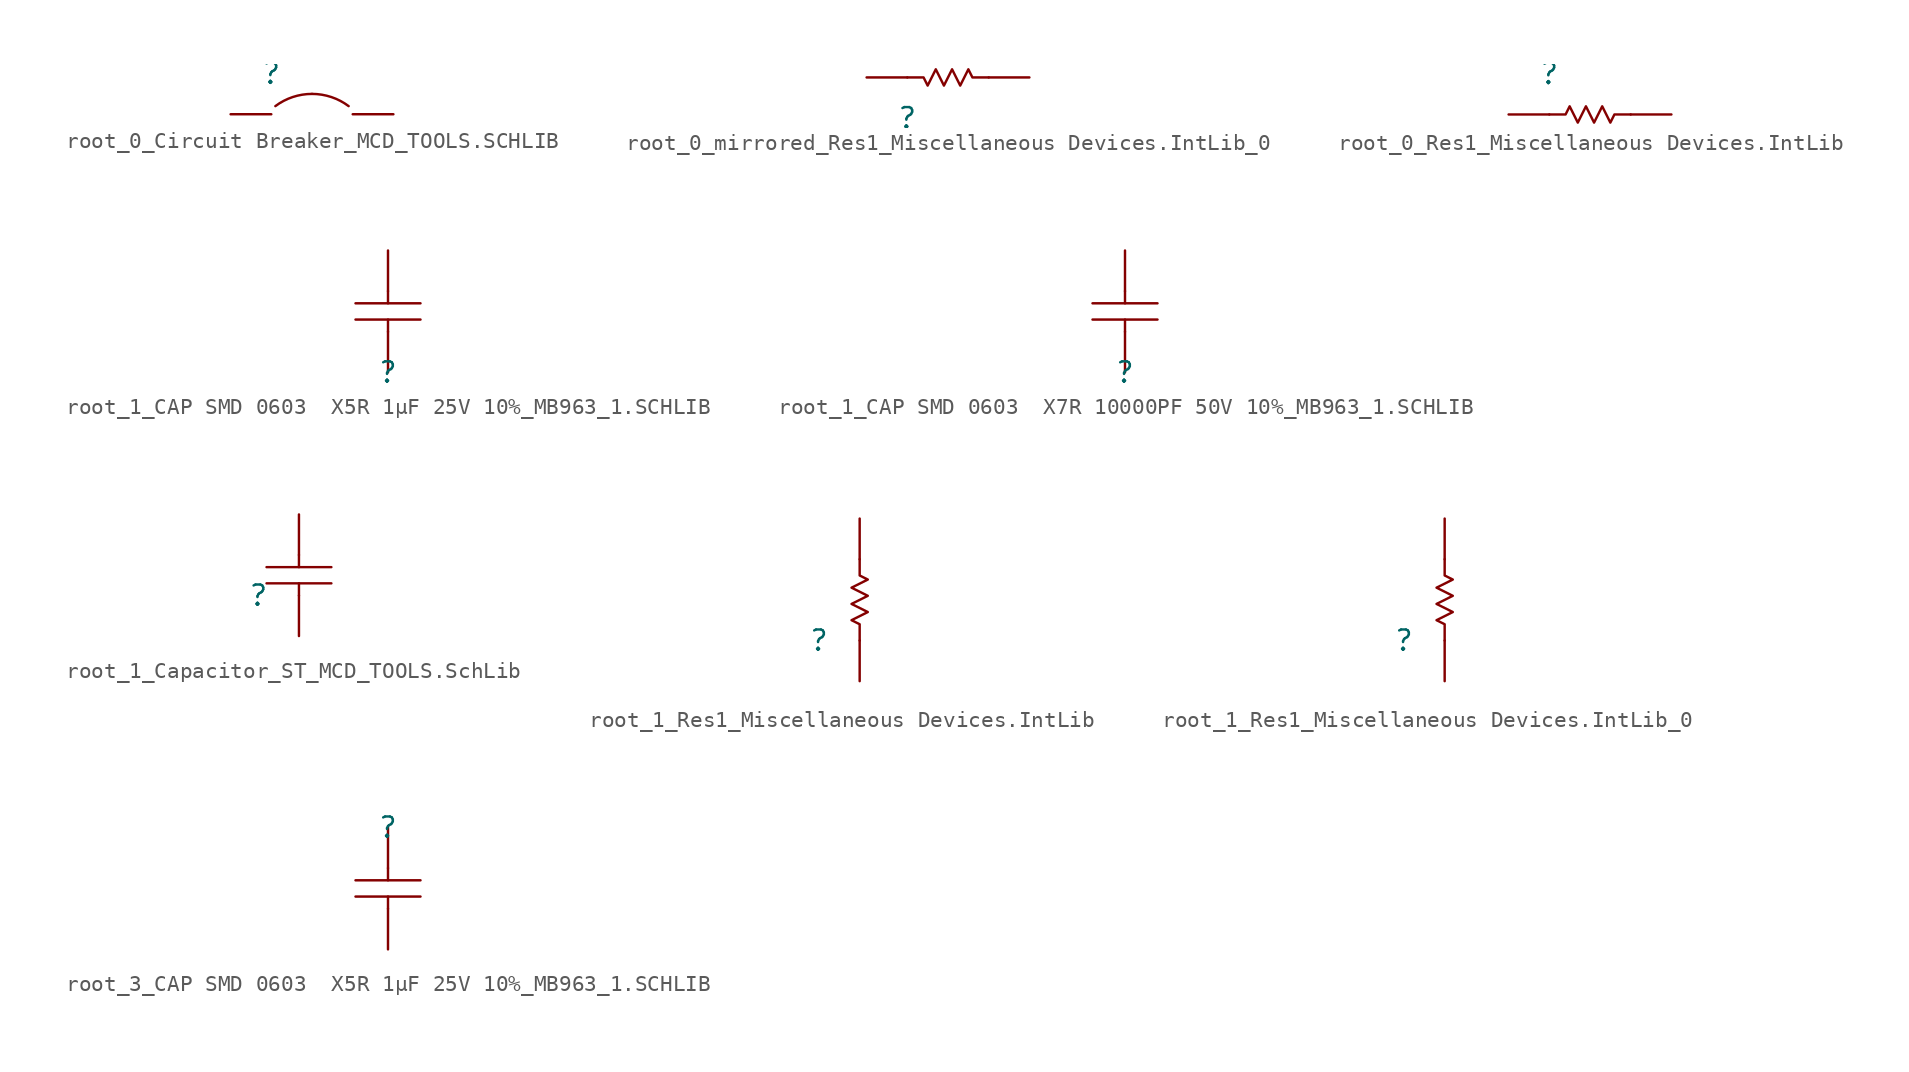
<source format=kicad_sym>
(kicad_symbol_lib
  (version 20241209)
  (generator "kicad_symbol_editor")
  (generator_version "9.0")
  (symbol "root_0_Circuit Breaker_MCD_TOOLS.SCHLIB"
    (pin_numbers
      (hide yes))
    (pin_names
      (hide yes))
    (property "Reference" ""
      (at 0 0 0)
      (effects (font (size 1.27 1.27))))
    (property "Value" ""
      (at 0 0 0)
      (effects (font (size 1.27 1.27))))
    (symbol "root_0_Circuit Breaker_MCD_TOOLS.SCHLIB_1_0"
      (arc (start 0.254 -2.032) (mid 1.3352 -1.4655) (end 2.54 -1.27) (stroke (width 0) (type solid)) (fill (type none)))
      (arc (start 2.54 -1.27) (mid 3.7448 -1.4655) (end 4.826 -2.032) (stroke (width 0) (type solid)) (fill (type none)))
      (pin passive line (at -2.54 -2.54 0) (length 2.54) (name "1" (effects (font (size 1.27 1.27)))) (number "1" (effects (font (size 1.27 1.27)))))
      (pin passive line (at 7.62 -2.54 180) (length 2.54) (name "2" (effects (font (size 1.27 1.27)))) (number "2" (effects (font (size 1.27 1.27)))))))
  (symbol "root_0_mirrored_Res1_Miscellaneous Devices.IntLib_0"
    (pin_numbers
      (hide yes))
    (pin_names
      (hide yes))
    (property "Reference" ""
      (at 0 0 0)
      (effects (font (size 1.27 1.27))))
    (property "Value" ""
      (at 0 0 0)
      (effects (font (size 1.27 1.27))))
    (symbol "root_0_mirrored_Res1_Miscellaneous Devices.IntLib_0_1_0"
      (polyline (pts (xy 5.08 2.54) (xy 4.064 2.54) (xy 3.81 3.048) (xy 3.302 2.032) (xy 2.794 3.048) (xy 2.286 2.032) (xy 1.778 3.048) (xy 1.27 2.032) (xy 1.016 2.54) (xy 0 2.54)) (stroke (width 0) (type solid)) (fill (type none)))
      (pin passive line (at -2.54 2.54 0) (length 2.54) (name "1" (effects (font (size 1.27 1.27)))) (number "1" (effects (font (size 1.27 1.27)))))
      (pin passive line (at 7.62 2.54 180) (length 2.54) (name "2" (effects (font (size 1.27 1.27)))) (number "2" (effects (font (size 1.27 1.27)))))))
  (symbol "root_0_Res1_Miscellaneous Devices.IntLib"
    (pin_numbers
      (hide yes))
    (pin_names
      (hide yes))
    (property "Reference" ""
      (at 0 0 0)
      (effects (font (size 1.27 1.27))))
    (property "Value" ""
      (at 0 0 0)
      (effects (font (size 1.27 1.27))))
    (symbol "root_0_Res1_Miscellaneous Devices.IntLib_1_0"
      (polyline (pts (xy 5.08 -2.54) (xy 4.064 -2.54) (xy 3.81 -3.048) (xy 3.302 -2.032) (xy 2.794 -3.048) (xy 2.286 -2.032) (xy 1.778 -3.048) (xy 1.27 -2.032) (xy 1.016 -2.54) (xy 0 -2.54)) (stroke (width 0) (type solid)) (fill (type none)))
      (pin passive line (at -2.54 -2.54 0) (length 2.54) (name "1" (effects (font (size 1.27 1.27)))) (number "1" (effects (font (size 1.27 1.27)))))
      (pin passive line (at 7.62 -2.54 180) (length 2.54) (name "2" (effects (font (size 1.27 1.27)))) (number "2" (effects (font (size 1.27 1.27)))))))
  (symbol "root_1_CAP SMD 0603  X5R 1µF 25V 10%_MB963_1.SCHLIB"
    (pin_numbers
      (hide yes))
    (pin_names
      (hide yes))
    (property "Reference" ""
      (at 0 0 0)
      (effects (font (size 1.27 1.27))))
    (property "Value" ""
      (at 0 0 0)
      (effects (font (size 1.27 1.27))))
    (symbol "root_1_CAP SMD 0603  X5R 1µF 25V 10%_MB963_1.SCHLIB_1_0"
      (polyline (pts (xy -2.032 4.318) (xy 2.032 4.318)) (stroke (width 0) (type solid)) (fill (type none)))
      (polyline (pts (xy 0 5.08) (xy 0 4.318)) (stroke (width 0) (type solid)) (fill (type none)))
      (polyline (pts (xy 0 2.54) (xy 0 3.302)) (stroke (width 0) (type solid)) (fill (type none)))
      (polyline (pts (xy 2.032 3.302) (xy -2.032 3.302)) (stroke (width 0) (type solid)) (fill (type none)))
      (pin passive line (at 0 7.62 270) (length 2.54) (name "2" (effects (font (size 1.27 1.27)))) (number "2" (effects (font (size 1.27 1.27)))))
      (pin passive line (at 0 0 90) (length 2.54) (name "1" (effects (font (size 1.27 1.27)))) (number "1" (effects (font (size 1.27 1.27)))))))
  (symbol "root_1_CAP SMD 0603  X7R 10000PF 50V 10%_MB963_1.SCHLIB"
    (pin_numbers
      (hide yes))
    (pin_names
      (hide yes))
    (property "Reference" ""
      (at 0 0 0)
      (effects (font (size 1.27 1.27))))
    (property "Value" ""
      (at 0 0 0)
      (effects (font (size 1.27 1.27))))
    (symbol "root_1_CAP SMD 0603  X7R 10000PF 50V 10%_MB963_1.SCHLIB_1_0"
      (polyline (pts (xy -2.032 4.318) (xy 2.032 4.318)) (stroke (width 0) (type solid)) (fill (type none)))
      (polyline (pts (xy 0 5.08) (xy 0 4.318)) (stroke (width 0) (type solid)) (fill (type none)))
      (polyline (pts (xy 0 2.54) (xy 0 3.302)) (stroke (width 0) (type solid)) (fill (type none)))
      (polyline (pts (xy 2.032 3.302) (xy -2.032 3.302)) (stroke (width 0) (type solid)) (fill (type none)))
      (pin passive line (at 0 7.62 270) (length 2.54) (name "2" (effects (font (size 1.27 1.27)))) (number "2" (effects (font (size 1.27 1.27)))))
      (pin passive line (at 0 0 90) (length 2.54) (name "1" (effects (font (size 1.27 1.27)))) (number "1" (effects (font (size 1.27 1.27)))))))
  (symbol "root_1_Capacitor_ST_MCD_TOOLS.SchLib"
    (pin_numbers
      (hide yes))
    (pin_names
      (hide yes))
    (property "Reference" ""
      (at 0 0 0)
      (effects (font (size 1.27 1.27))))
    (property "Value" ""
      (at 0 0 0)
      (effects (font (size 1.27 1.27))))
    (symbol "root_1_Capacitor_ST_MCD_TOOLS.SchLib_1_0"
      (polyline (pts (xy 0.508 1.778) (xy 4.572 1.778)) (stroke (width 0) (type solid)) (fill (type none)))
      (polyline (pts (xy 2.54 2.54) (xy 2.54 1.778)) (stroke (width 0) (type solid)) (fill (type none)))
      (polyline (pts (xy 2.54 0) (xy 2.54 0.762)) (stroke (width 0) (type solid)) (fill (type none)))
      (polyline (pts (xy 4.572 0.762) (xy 0.508 0.762)) (stroke (width 0) (type solid)) (fill (type none)))
      (pin passive line (at 2.54 5.08 270) (length 2.54) (name "2" (effects (font (size 1.27 1.27)))) (number "2" (effects (font (size 1.27 1.27)))))
      (pin passive line (at 2.54 -2.54 90) (length 2.54) (name "1" (effects (font (size 1.27 1.27)))) (number "1" (effects (font (size 1.27 1.27)))))))
  (symbol "root_1_Res1_Miscellaneous Devices.IntLib"
    (pin_numbers
      (hide yes))
    (pin_names
      (hide yes))
    (property "Reference" ""
      (at 0 0 0)
      (effects (font (size 1.27 1.27))))
    (property "Value" ""
      (at 0 0 0)
      (effects (font (size 1.27 1.27))))
    (symbol "root_1_Res1_Miscellaneous Devices.IntLib_1_0"
      (polyline (pts (xy 2.54 5.08) (xy 2.54 4.064) (xy 3.048 3.81) (xy 2.032 3.302) (xy 3.048 2.794) (xy 2.032 2.286) (xy 3.048 1.778) (xy 2.032 1.27) (xy 2.54 1.016) (xy 2.54 0)) (stroke (width 0) (type solid)) (fill (type none)))
      (pin passive line (at 2.54 7.62 270) (length 2.54) (name "2" (effects (font (size 1.27 1.27)))) (number "2" (effects (font (size 1.27 1.27)))))
      (pin passive line (at 2.54 -2.54 90) (length 2.54) (name "1" (effects (font (size 1.27 1.27)))) (number "1" (effects (font (size 1.27 1.27)))))))
  (symbol "root_1_Res1_Miscellaneous Devices.IntLib_0"
    (pin_numbers
      (hide yes))
    (pin_names
      (hide yes))
    (property "Reference" ""
      (at 0 0 0)
      (effects (font (size 1.27 1.27))))
    (property "Value" ""
      (at 0 0 0)
      (effects (font (size 1.27 1.27))))
    (symbol "root_1_Res1_Miscellaneous Devices.IntLib_0_1_0"
      (polyline (pts (xy 2.54 5.08) (xy 2.54 4.064) (xy 3.048 3.81) (xy 2.032 3.302) (xy 3.048 2.794) (xy 2.032 2.286) (xy 3.048 1.778) (xy 2.032 1.27) (xy 2.54 1.016) (xy 2.54 0)) (stroke (width 0) (type solid)) (fill (type none)))
      (pin passive line (at 2.54 7.62 270) (length 2.54) (name "2" (effects (font (size 1.27 1.27)))) (number "2" (effects (font (size 1.27 1.27)))))
      (pin passive line (at 2.54 -2.54 90) (length 2.54) (name "1" (effects (font (size 1.27 1.27)))) (number "1" (effects (font (size 1.27 1.27)))))))
  (symbol "root_3_CAP SMD 0603  X5R 1µF 25V 10%_MB963_1.SCHLIB"
    (pin_numbers
      (hide yes))
    (pin_names
      (hide yes))
    (property "Reference" ""
      (at 0 0 0)
      (effects (font (size 1.27 1.27))))
    (property "Value" ""
      (at 0 0 0)
      (effects (font (size 1.27 1.27))))
    (symbol "root_3_CAP SMD 0603  X5R 1µF 25V 10%_MB963_1.SCHLIB_1_0"
      (polyline (pts (xy -2.032 -3.302) (xy 2.032 -3.302)) (stroke (width 0) (type solid)) (fill (type none)))
      (polyline (pts (xy 0 -2.54) (xy 0 -3.302)) (stroke (width 0) (type solid)) (fill (type none)))
      (polyline (pts (xy 0 -5.08) (xy 0 -4.318)) (stroke (width 0) (type solid)) (fill (type none)))
      (polyline (pts (xy 2.032 -4.318) (xy -2.032 -4.318)) (stroke (width 0) (type solid)) (fill (type none)))
      (pin passive line (at 0 0 270) (length 2.54) (name "1" (effects (font (size 1.27 1.27)))) (number "1" (effects (font (size 1.27 1.27)))))
      (pin passive line (at 0 -7.62 90) (length 2.54) (name "2" (effects (font (size 1.27 1.27)))) (number "2" (effects (font (size 1.27 1.27))))))))
</source>
